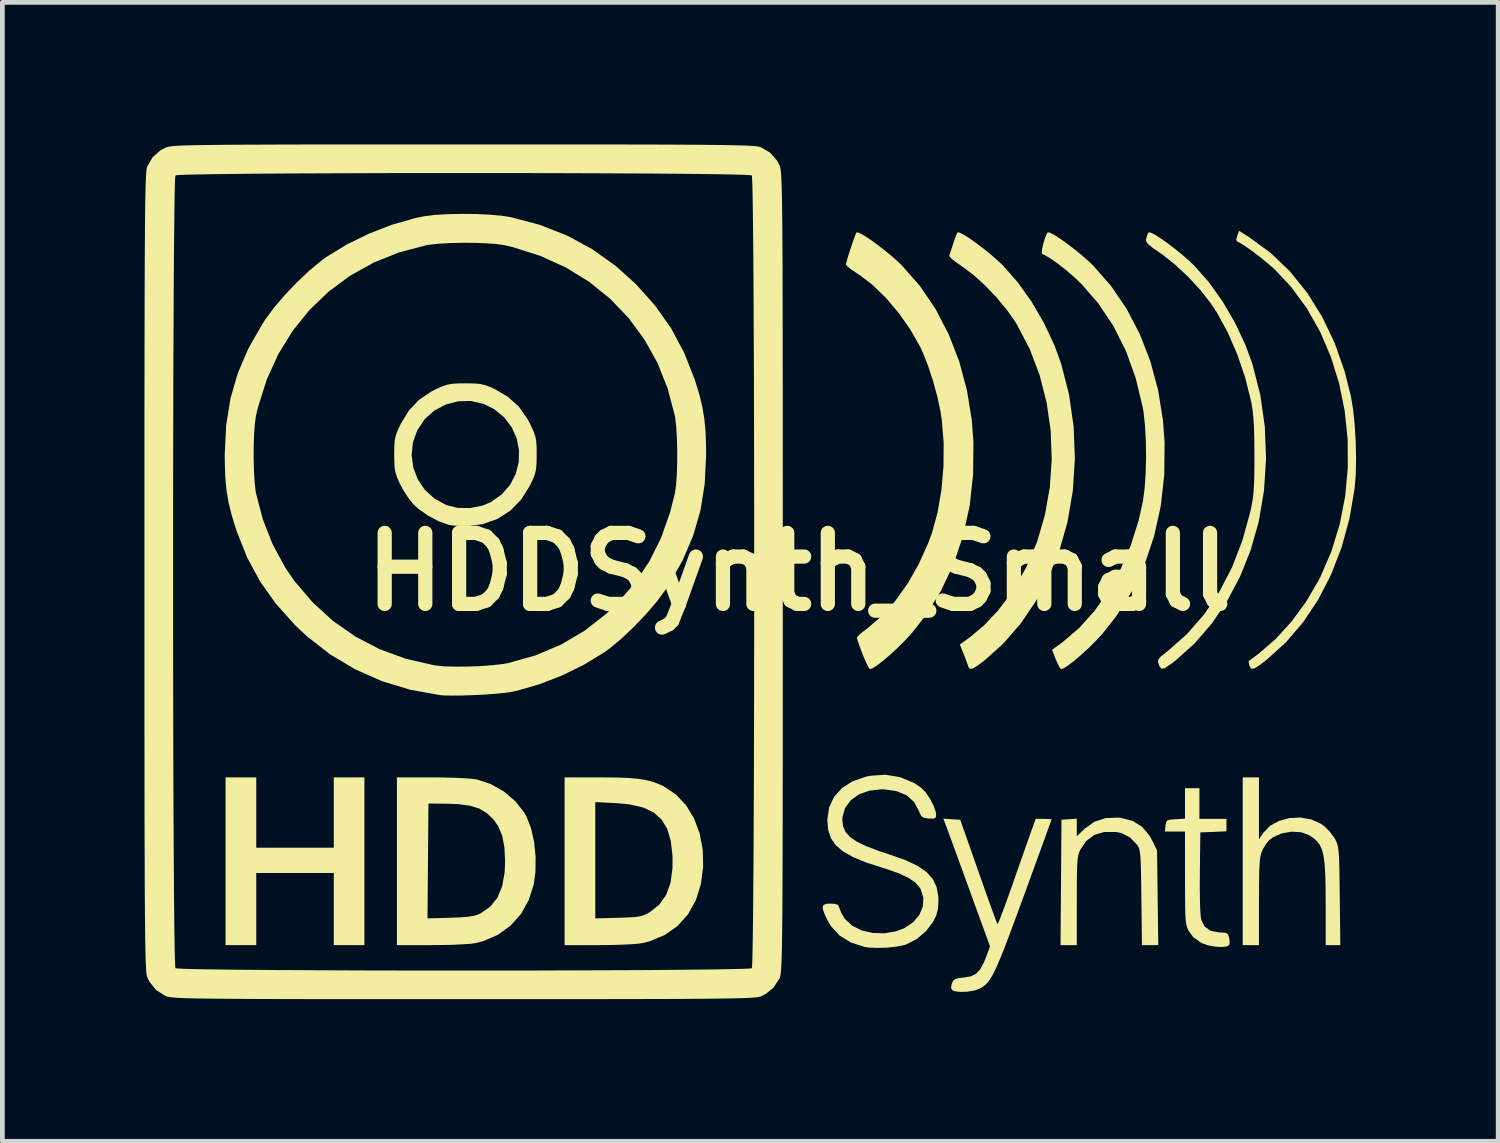
<source format=kicad_pcb>
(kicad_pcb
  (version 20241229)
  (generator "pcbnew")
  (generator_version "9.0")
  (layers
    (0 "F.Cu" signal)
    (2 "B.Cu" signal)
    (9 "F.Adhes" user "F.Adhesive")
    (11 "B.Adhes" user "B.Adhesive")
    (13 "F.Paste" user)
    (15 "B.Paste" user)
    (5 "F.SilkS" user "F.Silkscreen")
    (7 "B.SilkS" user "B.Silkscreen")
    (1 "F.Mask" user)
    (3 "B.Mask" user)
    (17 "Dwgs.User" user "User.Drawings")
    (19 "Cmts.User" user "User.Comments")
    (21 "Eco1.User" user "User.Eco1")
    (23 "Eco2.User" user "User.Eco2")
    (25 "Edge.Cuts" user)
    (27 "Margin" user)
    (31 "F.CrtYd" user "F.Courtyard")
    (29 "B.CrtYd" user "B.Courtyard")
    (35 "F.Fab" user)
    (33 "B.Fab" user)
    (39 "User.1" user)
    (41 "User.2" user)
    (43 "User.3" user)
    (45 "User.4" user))
  (footprint "HDDSynth_Small"
    (layer "F.Cu")
    (at 13.823 9.024)
    (property "Reference" "HDDSynth_Small" (at 0 0 0) (layer "F.SilkS") (effects (font (size 1.5 1.5) (thickness 0.3))))
    (attr board_only exclude_from_pos_files exclude_from_bom)
    (fp_poly (pts (xy -11.462 5.084) (xy -11.462 5.826) (xy -10.644 5.826) (xy -9.825 5.826) (xy -9.825 5.084) (xy -9.825 4.341) (xy -9.501 4.341) (xy -9.178 4.341) (xy -9.178 6.112) (xy -9.178 7.883) (xy -9.501 7.883) (xy -9.825 7.883) (xy -9.825 7.121) (xy -9.825 6.36) (xy -10.644 6.36) (xy -11.462 6.36) (xy -11.462 7.121) (xy -11.462 7.883) (xy -11.786 7.883) (xy -12.11 7.883) (xy -12.11 6.112) (xy -12.11 4.341) (xy -11.786 4.341) (xy -11.462 4.341)) (stroke (width 0) (type solid)) (fill yes) (layer "F.SilkS"))
    (fp_poly (pts (xy 6.795 5.196) (xy 7.042 5.26) (xy 7.244 5.385) (xy 7.401 5.573) (xy 7.45 5.661) (xy 7.559 5.884) (xy 7.572 6.883) (xy 7.585 7.883) (xy 7.412 7.883) (xy 7.24 7.883) (xy 7.228 6.876) (xy 7.224 6.572) (xy 7.22 6.334) (xy 7.215 6.154) (xy 7.208 6.021) (xy 7.198 5.926) (xy 7.185 5.86) (xy 7.168 5.813) (xy 7.146 5.777) (xy 7.138 5.765) (xy 6.986 5.608) (xy 6.811 5.518) (xy 6.69 5.494) (xy 6.44 5.494) (xy 6.232 5.557) (xy 6.064 5.685) (xy 5.939 5.868) (xy 5.916 5.919) (xy 5.898 5.977) (xy 5.884 6.052) (xy 5.875 6.154) (xy 5.869 6.294) (xy 5.866 6.482) (xy 5.865 6.728) (xy 5.864 6.948) (xy 5.864 7.883) (xy 5.693 7.883) (xy 5.521 7.883) (xy 5.531 6.559) (xy 5.541 5.236) (xy 5.703 5.224) (xy 5.864 5.213) (xy 5.864 5.399) (xy 5.864 5.585) (xy 6.031 5.425) (xy 6.236 5.278) (xy 6.473 5.2) (xy 6.743 5.191)) (stroke (width 0) (type solid)) (fill yes) (layer "F.SilkS"))
    (fp_poly (pts (xy -3.873 4.344) (xy -3.611 4.353) (xy -3.4 4.371) (xy -3.226 4.399) (xy -3.076 4.439) (xy -2.938 4.493) (xy -2.851 4.534) (xy -2.597 4.705) (xy -2.384 4.933) (xy -2.218 5.208) (xy -2.1 5.522) (xy -2.035 5.865) (xy -2.025 6.228) (xy -2.074 6.598) (xy -2.182 6.941) (xy -2.348 7.237) (xy -2.569 7.481) (xy -2.84 7.671) (xy -3.159 7.803) (xy -3.305 7.84) (xy -3.409 7.854) (xy -3.572 7.866) (xy -3.778 7.875) (xy -4.011 7.881) (xy -4.229 7.883) (xy -4.951 7.883) (xy -4.951 6.112) (xy -4.951 6.091) (xy -4.303 6.091) (xy -4.303 7.319) (xy -3.818 7.306) (xy -3.613 7.299) (xy -3.467 7.29) (xy -3.362 7.275) (xy -3.28 7.252) (xy -3.204 7.216) (xy -3.148 7.184) (xy -2.951 7.028) (xy -2.806 6.822) (xy -2.713 6.563) (xy -2.672 6.25) (xy -2.673 5.993) (xy -2.709 5.681) (xy -2.784 5.428) (xy -2.903 5.23) (xy -3.072 5.08) (xy -3.296 4.976) (xy -3.58 4.911) (xy -3.869 4.884) (xy -4.303 4.863) (xy -4.303 6.091) (xy -4.951 6.091) (xy -4.951 4.341) (xy -4.197 4.341)) (stroke (width 0) (type solid)) (fill yes) (layer "F.SilkS"))
    (fp_poly (pts (xy 8.454 4.893) (xy 8.454 5.217) (xy 8.74 5.217) (xy 9.025 5.217) (xy 9.025 5.349) (xy 9.025 5.48) (xy 8.749 5.492) (xy 8.473 5.503) (xy 8.463 6.353) (xy 8.461 6.648) (xy 8.464 6.906) (xy 8.47 7.117) (xy 8.48 7.27) (xy 8.493 7.352) (xy 8.565 7.493) (xy 8.692 7.581) (xy 8.873 7.616) (xy 8.906 7.616) (xy 9.006 7.622) (xy 9.055 7.652) (xy 9.08 7.722) (xy 9.082 7.73) (xy 9.093 7.822) (xy 9.083 7.882) (xy 9.024 7.913) (xy 8.915 7.923) (xy 8.778 7.914) (xy 8.635 7.887) (xy 8.508 7.843) (xy 8.491 7.835) (xy 8.32 7.71) (xy 8.236 7.597) (xy 8.21 7.548) (xy 8.19 7.497) (xy 8.175 7.435) (xy 8.164 7.351) (xy 8.157 7.236) (xy 8.153 7.08) (xy 8.151 6.871) (xy 8.15 6.601) (xy 8.15 6.464) (xy 8.149 5.484) (xy 7.937 5.484) (xy 7.726 5.484) (xy 7.738 5.36) (xy 7.749 5.288) (xy 7.778 5.249) (xy 7.845 5.232) (xy 7.949 5.225) (xy 8.149 5.213) (xy 8.149 4.891) (xy 8.149 4.57) (xy 8.302 4.57) (xy 8.454 4.57)) (stroke (width 0) (type solid)) (fill yes) (layer "F.SilkS"))
    (fp_poly (pts (xy -7.506 4.343) (xy -7.273 4.35) (xy -7.068 4.359) (xy -6.907 4.371) (xy -6.809 4.384) (xy -6.511 4.482) (xy -6.233 4.639) (xy -5.992 4.844) (xy -5.803 5.085) (xy -5.754 5.172) (xy -5.659 5.418) (xy -5.594 5.71) (xy -5.563 6.025) (xy -5.567 6.34) (xy -5.602 6.596) (xy -5.708 6.932) (xy -5.874 7.227) (xy -6.094 7.473) (xy -6.362 7.666) (xy -6.672 7.8) (xy -6.853 7.844) (xy -6.957 7.857) (xy -7.12 7.867) (xy -7.326 7.876) (xy -7.559 7.881) (xy -7.774 7.883) (xy -8.492 7.883) (xy -8.492 7.319) (xy -7.846 7.319) (xy -7.36 7.305) (xy -7.145 7.296) (xy -6.99 7.284) (xy -6.876 7.267) (xy -6.788 7.24) (xy -6.715 7.207) (xy -6.517 7.067) (xy -6.369 6.88) (xy -6.27 6.642) (xy -6.217 6.349) (xy -6.207 6.115) (xy -6.222 5.816) (xy -6.268 5.575) (xy -6.349 5.378) (xy -6.452 5.23) (xy -6.592 5.096) (xy -6.753 5) (xy -6.951 4.939) (xy -7.198 4.906) (xy -7.405 4.898) (xy -7.826 4.893) (xy -7.836 6.106) (xy -7.846 7.319) (xy -8.492 7.319) (xy -8.492 6.112) (xy -8.492 4.341) (xy -7.751 4.341)) (stroke (width 0) (type solid)) (fill yes) (layer "F.SilkS"))
    (fp_poly (pts (xy 9.711 4.994) (xy 9.711 5.647) (xy 9.798 5.518) (xy 9.943 5.366) (xy 10.134 5.26) (xy 10.354 5.2) (xy 10.587 5.189) (xy 10.814 5.229) (xy 11.02 5.321) (xy 11.096 5.376) (xy 11.205 5.486) (xy 11.302 5.617) (xy 11.321 5.649) (xy 11.346 5.7) (xy 11.366 5.753) (xy 11.381 5.817) (xy 11.392 5.904) (xy 11.401 6.022) (xy 11.407 6.182) (xy 11.411 6.392) (xy 11.415 6.664) (xy 11.417 6.845) (xy 11.429 7.883) (xy 11.274 7.883) (xy 11.12 7.883) (xy 11.12 7.028) (xy 11.118 6.68) (xy 11.111 6.399) (xy 11.098 6.175) (xy 11.075 6.001) (xy 11.042 5.867) (xy 10.994 5.764) (xy 10.932 5.683) (xy 10.852 5.614) (xy 10.773 5.563) (xy 10.603 5.5) (xy 10.404 5.487) (xy 10.199 5.522) (xy 10.013 5.602) (xy 9.926 5.666) (xy 9.863 5.742) (xy 9.798 5.851) (xy 9.782 5.884) (xy 9.76 5.94) (xy 9.743 6.005) (xy 9.73 6.091) (xy 9.722 6.208) (xy 9.716 6.365) (xy 9.713 6.574) (xy 9.712 6.845) (xy 9.711 6.959) (xy 9.711 7.883) (xy 9.539 7.883) (xy 9.368 7.883) (xy 9.368 6.112) (xy 9.368 4.341) (xy 9.539 4.341) (xy 9.711 4.341)) (stroke (width 0) (type solid)) (fill yes) (layer "F.SilkS"))
    (fp_poly (pts (xy 9.51 -7.061) (xy 9.962 -6.73) (xy 10.37 -6.338) (xy 10.731 -5.889) (xy 11.045 -5.386) (xy 11.309 -4.833) (xy 11.52 -4.233) (xy 11.653 -3.705) (xy 11.699 -3.428) (xy 11.733 -3.1) (xy 11.754 -2.746) (xy 11.762 -2.39) (xy 11.755 -2.056) (xy 11.732 -1.769) (xy 11.732 -1.767) (xy 11.622 -1.125) (xy 11.456 -0.516) (xy 11.235 0.056) (xy 10.963 0.585) (xy 10.643 1.066) (xy 10.277 1.493) (xy 9.867 1.863) (xy 9.714 1.978) (xy 9.613 2.04) (xy 9.552 2.048) (xy 9.516 2.002) (xy 9.507 1.972) (xy 9.493 1.906) (xy 9.493 1.885) (xy 9.525 1.863) (xy 9.602 1.806) (xy 9.707 1.727) (xy 9.712 1.723) (xy 10.066 1.417) (xy 10.401 1.048) (xy 10.707 0.631) (xy 10.973 0.177) (xy 11.003 0.12) (xy 11.241 -0.431) (xy 11.417 -1.006) (xy 11.532 -1.597) (xy 11.587 -2.197) (xy 11.584 -2.798) (xy 11.522 -3.394) (xy 11.404 -3.976) (xy 11.23 -4.537) (xy 11.002 -5.07) (xy 10.72 -5.567) (xy 10.386 -6.021) (xy 10.05 -6.379) (xy 9.915 -6.499) (xy 9.759 -6.627) (xy 9.598 -6.751) (xy 9.447 -6.858) (xy 9.323 -6.939) (xy 9.242 -6.979) (xy 9.232 -7.017) (xy 9.251 -7.094) (xy 9.251 -7.095) (xy 9.291 -7.2)) (stroke (width 0) (type solid)) (fill yes) (layer "F.SilkS"))
    (fp_poly (pts (xy 5.295 -7.162) (xy 5.385 -7.116) (xy 5.509 -7.037) (xy 5.656 -6.932) (xy 5.815 -6.811) (xy 5.973 -6.682) (xy 6.119 -6.553) (xy 6.207 -6.47) (xy 6.588 -6.035) (xy 6.919 -5.548) (xy 7.197 -5.014) (xy 7.419 -4.441) (xy 7.582 -3.833) (xy 7.684 -3.199) (xy 7.718 -2.738) (xy 7.712 -2.053) (xy 7.638 -1.392) (xy 7.499 -0.76) (xy 7.297 -0.159) (xy 7.032 0.404) (xy 6.705 0.927) (xy 6.41 1.303) (xy 6.274 1.45) (xy 6.122 1.602) (xy 5.965 1.746) (xy 5.816 1.874) (xy 5.685 1.975) (xy 5.585 2.039) (xy 5.535 2.056) (xy 5.505 2.024) (xy 5.46 1.94) (xy 5.422 1.852) (xy 5.342 1.647) (xy 5.568 1.483) (xy 5.919 1.183) (xy 6.244 0.819) (xy 6.537 0.401) (xy 6.793 -0.063) (xy 7.007 -0.564) (xy 7.173 -1.093) (xy 7.261 -1.493) (xy 7.296 -1.754) (xy 7.318 -2.067) (xy 7.327 -2.408) (xy 7.323 -2.754) (xy 7.305 -3.082) (xy 7.275 -3.367) (xy 7.259 -3.463) (xy 7.11 -4.084) (xy 6.903 -4.661) (xy 6.637 -5.191) (xy 6.315 -5.672) (xy 5.961 -6.079) (xy 5.806 -6.226) (xy 5.634 -6.373) (xy 5.462 -6.508) (xy 5.305 -6.618) (xy 5.179 -6.692) (xy 5.133 -6.711) (xy 5.124 -6.75) (xy 5.136 -6.836) (xy 5.162 -6.946) (xy 5.196 -7.055) (xy 5.232 -7.14) (xy 5.25 -7.167)) (stroke (width 0) (type solid)) (fill yes) (layer "F.SilkS"))
    (fp_poly (pts (xy 3.391 -7.162) (xy 3.481 -7.116) (xy 3.605 -7.037) (xy 3.752 -6.932) (xy 3.911 -6.811) (xy 4.069 -6.682) (xy 4.215 -6.553) (xy 4.303 -6.47) (xy 4.616 -6.115) (xy 4.909 -5.704) (xy 5.171 -5.254) (xy 5.392 -4.784) (xy 5.535 -4.39) (xy 5.701 -3.741) (xy 5.797 -3.07) (xy 5.824 -2.39) (xy 5.781 -1.713) (xy 5.667 -1.049) (xy 5.667 -1.047) (xy 5.499 -0.459) (xy 5.276 0.098) (xy 5.002 0.617) (xy 4.681 1.09) (xy 4.317 1.511) (xy 3.915 1.872) (xy 3.773 1.978) (xy 3.671 2.041) (xy 3.609 2.049) (xy 3.574 2.005) (xy 3.57 1.99) (xy 3.545 1.918) (xy 3.503 1.805) (xy 3.473 1.73) (xy 3.395 1.536) (xy 3.623 1.37) (xy 3.914 1.124) (xy 4.201 0.818) (xy 4.469 0.466) (xy 4.507 0.409) (xy 4.798 -0.094) (xy 5.026 -0.634) (xy 5.191 -1.2) (xy 5.295 -1.785) (xy 5.335 -2.381) (xy 5.313 -2.979) (xy 5.228 -3.571) (xy 5.081 -4.148) (xy 4.871 -4.703) (xy 4.597 -5.226) (xy 4.564 -5.28) (xy 4.387 -5.532) (xy 4.17 -5.793) (xy 3.931 -6.043) (xy 3.687 -6.265) (xy 3.456 -6.44) (xy 3.434 -6.454) (xy 3.311 -6.539) (xy 3.219 -6.613) (xy 3.174 -6.665) (xy 3.172 -6.677) (xy 3.191 -6.736) (xy 3.226 -6.841) (xy 3.255 -6.931) (xy 3.296 -7.049) (xy 3.33 -7.136) (xy 3.346 -7.167)) (stroke (width 0) (type solid)) (fill yes) (layer "F.SilkS"))
    (fp_poly (pts (xy 7.426 -7.162) (xy 7.517 -7.116) (xy 7.643 -7.036) (xy 7.791 -6.931) (xy 7.95 -6.809) (xy 8.109 -6.679) (xy 8.256 -6.549) (xy 8.339 -6.47) (xy 8.653 -6.115) (xy 8.946 -5.704) (xy 9.208 -5.254) (xy 9.428 -4.784) (xy 9.572 -4.39) (xy 9.738 -3.741) (xy 9.834 -3.07) (xy 9.861 -2.39) (xy 9.817 -1.713) (xy 9.704 -1.049) (xy 9.703 -1.047) (xy 9.536 -0.459) (xy 9.313 0.098) (xy 9.038 0.617) (xy 8.717 1.09) (xy 8.353 1.511) (xy 7.951 1.872) (xy 7.81 1.978) (xy 7.712 2.039) (xy 7.653 2.047) (xy 7.613 1.999) (xy 7.594 1.952) (xy 7.579 1.895) (xy 7.589 1.848) (xy 7.634 1.794) (xy 7.725 1.719) (xy 7.786 1.672) (xy 8.19 1.316) (xy 8.553 0.9) (xy 8.871 0.428) (xy 9.142 -0.094) (xy 9.362 -0.663) (xy 9.527 -1.261) (xy 9.558 -1.408) (xy 9.581 -1.543) (xy 9.597 -1.683) (xy 9.607 -1.843) (xy 9.613 -2.038) (xy 9.615 -2.285) (xy 9.615 -2.456) (xy 9.613 -2.768) (xy 9.607 -3.018) (xy 9.596 -3.221) (xy 9.579 -3.392) (xy 9.556 -3.544) (xy 9.546 -3.597) (xy 9.42 -4.101) (xy 9.252 -4.594) (xy 9.049 -5.061) (xy 8.819 -5.48) (xy 8.692 -5.672) (xy 8.476 -5.947) (xy 8.219 -6.225) (xy 7.945 -6.482) (xy 7.675 -6.697) (xy 7.624 -6.732) (xy 7.479 -6.832) (xy 7.389 -6.903) (xy 7.341 -6.955) (xy 7.326 -7) (xy 7.331 -7.044) (xy 7.358 -7.126) (xy 7.381 -7.167)) (stroke (width 0) (type solid)) (fill yes) (layer "F.SilkS"))
    (fp_poly (pts (xy 3.225 5.225) (xy 3.403 5.236) (xy 3.787 6.329) (xy 3.884 6.602) (xy 3.972 6.851) (xy 4.05 7.068) (xy 4.114 7.243) (xy 4.16 7.367) (xy 4.186 7.432) (xy 4.19 7.439) (xy 4.207 7.411) (xy 4.245 7.32) (xy 4.3 7.176) (xy 4.369 6.991) (xy 4.447 6.772) (xy 4.49 6.652) (xy 4.579 6.395) (xy 4.668 6.141) (xy 4.751 5.906) (xy 4.821 5.707) (xy 4.873 5.559) (xy 4.883 5.531) (xy 4.996 5.217) (xy 5.164 5.217) (xy 5.265 5.22) (xy 5.324 5.226) (xy 5.331 5.229) (xy 5.319 5.266) (xy 5.282 5.368) (xy 5.225 5.526) (xy 5.15 5.735) (xy 5.058 5.986) (xy 4.954 6.273) (xy 4.839 6.588) (xy 4.741 6.856) (xy 4.591 7.265) (xy 4.463 7.609) (xy 4.355 7.894) (xy 4.263 8.126) (xy 4.185 8.311) (xy 4.117 8.456) (xy 4.057 8.566) (xy 4 8.649) (xy 3.946 8.711) (xy 3.89 8.757) (xy 3.829 8.794) (xy 3.805 8.806) (xy 3.689 8.845) (xy 3.544 8.867) (xy 3.398 8.871) (xy 3.281 8.855) (xy 3.242 8.839) (xy 3.209 8.792) (xy 3.222 8.708) (xy 3.226 8.696) (xy 3.253 8.634) (xy 3.298 8.598) (xy 3.381 8.578) (xy 3.482 8.567) (xy 3.631 8.541) (xy 3.743 8.484) (xy 3.833 8.383) (xy 3.913 8.227) (xy 3.955 8.119) (xy 4.032 7.91) (xy 3.58 6.668) (xy 3.473 6.372) (xy 3.372 6.096) (xy 3.281 5.847) (xy 3.204 5.636) (xy 3.144 5.471) (xy 3.103 5.361) (xy 3.088 5.32) (xy 3.047 5.213)) (stroke (width 0) (type solid)) (fill yes) (layer "F.SilkS"))
    (fp_poly (pts (xy 1.258 -7.162) (xy 1.348 -7.116) (xy 1.472 -7.037) (xy 1.619 -6.932) (xy 1.778 -6.811) (xy 1.936 -6.682) (xy 2.083 -6.553) (xy 2.17 -6.47) (xy 2.552 -6.035) (xy 2.883 -5.548) (xy 3.16 -5.014) (xy 3.382 -4.441) (xy 3.545 -3.833) (xy 3.648 -3.199) (xy 3.682 -2.738) (xy 3.675 -2.053) (xy 3.602 -1.392) (xy 3.463 -0.76) (xy 3.26 -0.159) (xy 2.995 0.404) (xy 2.669 0.927) (xy 2.373 1.303) (xy 2.237 1.45) (xy 2.085 1.602) (xy 1.929 1.746) (xy 1.779 1.874) (xy 1.649 1.975) (xy 1.549 2.039) (xy 1.498 2.056) (xy 1.471 2.023) (xy 1.425 1.935) (xy 1.369 1.807) (xy 1.342 1.741) (xy 1.287 1.596) (xy 1.245 1.477) (xy 1.223 1.403) (xy 1.22 1.389) (xy 1.25 1.35) (xy 1.326 1.282) (xy 1.433 1.201) (xy 1.434 1.2) (xy 1.738 0.943) (xy 2.027 0.621) (xy 2.295 0.245) (xy 2.532 -0.172) (xy 2.733 -0.621) (xy 2.804 -0.815) (xy 2.924 -1.249) (xy 3.006 -1.728) (xy 3.05 -2.23) (xy 3.053 -2.732) (xy 3.013 -3.213) (xy 2.989 -3.37) (xy 2.923 -3.685) (xy 2.833 -4.018) (xy 2.726 -4.342) (xy 2.612 -4.632) (xy 2.55 -4.764) (xy 2.343 -5.125) (xy 2.1 -5.47) (xy 1.831 -5.787) (xy 1.549 -6.06) (xy 1.268 -6.275) (xy 1.228 -6.3) (xy 1.112 -6.376) (xy 1.028 -6.443) (xy 0.991 -6.486) (xy 0.99 -6.489) (xy 1.002 -6.545) (xy 1.032 -6.651) (xy 1.074 -6.784) (xy 1.12 -6.923) (xy 1.164 -7.048) (xy 1.198 -7.136) (xy 1.214 -7.167)) (stroke (width 0) (type solid)) (fill yes) (layer "F.SilkS"))
    (fp_poly (pts (xy -6.865 -3.977) (xy -6.734 -3.966) (xy -6.625 -3.941) (xy -6.511 -3.897) (xy -6.429 -3.859) (xy -6.145 -3.693) (xy -5.919 -3.489) (xy -5.738 -3.232) (xy -5.683 -3.129) (xy -5.616 -2.988) (xy -5.574 -2.878) (xy -5.552 -2.772) (xy -5.542 -2.643) (xy -5.541 -2.475) (xy -5.543 -2.299) (xy -5.553 -2.172) (xy -5.576 -2.066) (xy -5.619 -1.955) (xy -5.683 -1.822) (xy -5.867 -1.527) (xy -6.097 -1.291) (xy -6.369 -1.117) (xy -6.676 -1.008) (xy -6.959 -0.969) (xy -7.125 -0.967) (xy -7.282 -0.975) (xy -7.398 -0.991) (xy -7.402 -0.992) (xy -7.612 -1.068) (xy -7.833 -1.186) (xy -8.035 -1.327) (xy -8.153 -1.436) (xy -8.252 -1.562) (xy -8.355 -1.721) (xy -8.429 -1.859) (xy -8.487 -1.989) (xy -8.522 -2.097) (xy -8.541 -2.211) (xy -8.548 -2.358) (xy -8.549 -2.462) (xy -8.181 -2.462) (xy -8.146 -2.2) (xy -8.052 -1.953) (xy -7.903 -1.731) (xy -7.7 -1.546) (xy -7.448 -1.409) (xy -7.208 -1.35) (xy -6.945 -1.346) (xy -6.687 -1.397) (xy -6.509 -1.471) (xy -6.275 -1.637) (xy -6.099 -1.84) (xy -5.981 -2.071) (xy -5.919 -2.318) (xy -5.914 -2.571) (xy -5.963 -2.819) (xy -6.068 -3.053) (xy -6.226 -3.261) (xy -6.436 -3.433) (xy -6.661 -3.545) (xy -6.927 -3.607) (xy -7.2 -3.6) (xy -7.467 -3.53) (xy -7.709 -3.4) (xy -7.906 -3.222) (xy -8.064 -2.984) (xy -8.155 -2.727) (xy -8.181 -2.462) (xy -8.549 -2.462) (xy -8.549 -2.477) (xy -8.547 -2.653) (xy -8.537 -2.78) (xy -8.513 -2.886) (xy -8.47 -2.998) (xy -8.407 -3.129) (xy -8.238 -3.407) (xy -8.029 -3.628) (xy -7.766 -3.806) (xy -7.661 -3.859) (xy -7.531 -3.917) (xy -7.422 -3.953) (xy -7.307 -3.972) (xy -7.16 -3.979) (xy -7.045 -3.979)) (stroke (width 0) (type solid)) (fill yes) (layer "F.SilkS"))
    (fp_poly (pts (xy 2.131 4.336) (xy 2.421 4.456) (xy 2.578 4.559) (xy 2.671 4.655) (xy 2.764 4.791) (xy 2.84 4.939) (xy 2.887 5.074) (xy 2.894 5.132) (xy 2.886 5.188) (xy 2.849 5.211) (xy 2.762 5.211) (xy 2.738 5.21) (xy 2.635 5.195) (xy 2.578 5.156) (xy 2.539 5.071) (xy 2.532 5.053) (xy 2.429 4.861) (xy 2.271 4.72) (xy 2.059 4.631) (xy 1.796 4.594) (xy 1.733 4.593) (xy 1.478 4.623) (xy 1.261 4.702) (xy 1.089 4.826) (xy 0.972 4.986) (xy 0.917 5.177) (xy 0.914 5.239) (xy 0.929 5.374) (xy 0.98 5.491) (xy 1.073 5.597) (xy 1.215 5.695) (xy 1.413 5.792) (xy 1.674 5.892) (xy 1.923 5.974) (xy 2.247 6.089) (xy 2.5 6.208) (xy 2.69 6.338) (xy 2.823 6.486) (xy 2.904 6.656) (xy 2.94 6.854) (xy 2.943 6.957) (xy 2.932 7.124) (xy 2.895 7.261) (xy 2.828 7.394) (xy 2.682 7.587) (xy 2.488 7.751) (xy 2.272 7.865) (xy 2.216 7.883) (xy 2.057 7.915) (xy 1.859 7.936) (xy 1.653 7.942) (xy 1.471 7.935) (xy 1.386 7.922) (xy 1.095 7.827) (xy 0.855 7.68) (xy 0.672 7.482) (xy 0.585 7.331) (xy 0.52 7.181) (xy 0.497 7.086) (xy 0.517 7.033) (xy 0.584 7.01) (xy 0.662 7.007) (xy 0.769 7.012) (xy 0.823 7.036) (xy 0.851 7.093) (xy 0.856 7.112) (xy 0.897 7.213) (xy 0.963 7.323) (xy 0.973 7.336) (xy 1.124 7.475) (xy 1.323 7.573) (xy 1.555 7.626) (xy 1.801 7.634) (xy 2.046 7.592) (xy 2.223 7.525) (xy 2.407 7.402) (xy 2.54 7.245) (xy 2.614 7.068) (xy 2.625 6.884) (xy 2.569 6.704) (xy 2.554 6.677) (xy 2.459 6.565) (xy 2.314 6.464) (xy 2.109 6.368) (xy 1.839 6.273) (xy 1.759 6.249) (xy 1.413 6.137) (xy 1.138 6.023) (xy 0.926 5.903) (xy 0.772 5.771) (xy 0.67 5.621) (xy 0.614 5.449) (xy 0.597 5.249) (xy 0.597 5.234) (xy 0.635 4.975) (xy 0.739 4.752) (xy 0.906 4.567) (xy 1.131 4.423) (xy 1.412 4.326) (xy 1.502 4.307) (xy 1.821 4.285)) (stroke (width 0) (type solid)) (fill yes) (layer "F.SilkS"))
    (fp_poly (pts (xy -6.834 -7.555) (xy -6.541 -7.542) (xy -6.281 -7.519) (xy -6.093 -7.49) (xy -5.475 -7.326) (xy -4.9 -7.101) (xy -4.367 -6.812) (xy -3.871 -6.458) (xy -3.446 -6.075) (xy -3.042 -5.624) (xy -2.705 -5.147) (xy -2.429 -4.632) (xy -2.207 -4.07) (xy -2.192 -4.025) (xy -2.104 -3.736) (xy -2.041 -3.475) (xy -1.999 -3.218) (xy -1.974 -2.943) (xy -1.964 -2.626) (xy -1.963 -2.456) (xy -1.993 -1.855) (xy -2.083 -1.293) (xy -2.238 -0.758) (xy -2.46 -0.239) (xy -2.754 0.277) (xy -2.826 0.387) (xy -3.007 0.633) (xy -3.233 0.896) (xy -3.485 1.16) (xy -3.744 1.405) (xy -3.993 1.613) (xy -4.114 1.701) (xy -4.537 1.959) (xy -5 2.187) (xy -5.481 2.374) (xy -5.952 2.51) (xy -6.069 2.535) (xy -6.209 2.556) (xy -6.404 2.575) (xy -6.632 2.592) (xy -6.876 2.604) (xy -7.115 2.612) (xy -7.33 2.614) (xy -7.501 2.611) (xy -7.578 2.604) (xy -8.212 2.49) (xy -8.811 2.308) (xy -9.375 2.058) (xy -9.903 1.743) (xy -10.392 1.362) (xy -10.644 1.125) (xy -11.045 0.677) (xy -11.379 0.207) (xy -11.653 -0.298) (xy -11.873 -0.851) (xy -11.895 -0.917) (xy -11.984 -1.207) (xy -12.048 -1.469) (xy -12.091 -1.725) (xy -12.116 -1.998) (xy -12.126 -2.313) (xy -12.127 -2.4) (xy -11.517 -2.4) (xy -11.511 -2.138) (xy -11.497 -1.901) (xy -11.476 -1.71) (xy -11.467 -1.657) (xy -11.323 -1.107) (xy -11.117 -0.582) (xy -10.853 -0.095) (xy -10.66 0.189) (xy -10.275 0.642) (xy -9.844 1.036) (xy -9.37 1.367) (xy -8.857 1.634) (xy -8.306 1.836) (xy -7.722 1.97) (xy -7.673 1.978) (xy -7.495 1.996) (xy -7.264 2.003) (xy -7.002 2.001) (xy -6.732 1.991) (xy -6.475 1.972) (xy -6.255 1.947) (xy -6.137 1.926) (xy -5.562 1.764) (xy -5.026 1.537) (xy -4.53 1.245) (xy -4.073 0.887) (xy -3.837 0.662) (xy -3.468 0.237) (xy -3.161 -0.221) (xy -2.913 -0.718) (xy -2.722 -1.262) (xy -2.622 -1.657) (xy -2.599 -1.817) (xy -2.583 -2.033) (xy -2.574 -2.284) (xy -2.573 -2.551) (xy -2.579 -2.812) (xy -2.593 -3.049) (xy -2.614 -3.241) (xy -2.623 -3.294) (xy -2.775 -3.871) (xy -2.99 -4.411) (xy -3.268 -4.909) (xy -3.603 -5.363) (xy -3.993 -5.769) (xy -4.435 -6.125) (xy -4.925 -6.426) (xy -5.46 -6.67) (xy -6.036 -6.853) (xy -6.226 -6.898) (xy -6.386 -6.921) (xy -6.602 -6.937) (xy -6.854 -6.946) (xy -7.12 -6.947) (xy -7.382 -6.941) (xy -7.619 -6.927) (xy -7.81 -6.906) (xy -7.864 -6.897) (xy -8.441 -6.746) (xy -8.98 -6.53) (xy -9.479 -6.253) (xy -9.933 -5.917) (xy -10.339 -5.527) (xy -10.695 -5.086) (xy -10.996 -4.596) (xy -11.24 -4.061) (xy -11.423 -3.484) (xy -11.468 -3.294) (xy -11.491 -3.134) (xy -11.507 -2.918) (xy -11.516 -2.667) (xy -11.517 -2.4) (xy -12.127 -2.4) (xy -12.127 -2.494) (xy -12.097 -3.095) (xy -12.007 -3.658) (xy -11.852 -4.193) (xy -11.63 -4.712) (xy -11.336 -5.227) (xy -11.264 -5.338) (xy -11.081 -5.585) (xy -10.854 -5.85) (xy -10.601 -6.115) (xy -10.34 -6.361) (xy -10.089 -6.569) (xy -9.973 -6.653) (xy -9.55 -6.911) (xy -9.085 -7.139) (xy -8.601 -7.327) (xy -8.124 -7.464) (xy -7.921 -7.507) (xy -7.706 -7.534) (xy -7.438 -7.551) (xy -7.141 -7.558)) (stroke (width 0) (type solid)) (fill yes) (layer "F.SilkS"))
    (fp_poly (pts (xy -5.548 -9.024) (xy -4.881 -9.024) (xy -4.281 -9.024) (xy -3.743 -9.023) (xy -3.264 -9.022) (xy -2.84 -9.021) (xy -2.468 -9.019) (xy -2.145 -9.017) (xy -1.866 -9.014) (xy -1.629 -9.012) (xy -1.431 -9.008) (xy -1.267 -9.004) (xy -1.134 -9) (xy -1.029 -8.995) (xy -0.948 -8.99) (xy -0.888 -8.983) (xy -0.845 -8.977) (xy -0.816 -8.969) (xy -0.809 -8.966) (xy -0.611 -8.85) (xy -0.467 -8.685) (xy -0.415 -8.587) (xy -0.407 -8.568) (xy -0.4 -8.544) (xy -0.393 -8.513) (xy -0.387 -8.471) (xy -0.381 -8.415) (xy -0.376 -8.342) (xy -0.372 -8.25) (xy -0.367 -8.135) (xy -0.364 -7.994) (xy -0.36 -7.824) (xy -0.358 -7.623) (xy -0.355 -7.387) (xy -0.353 -7.113) (xy -0.351 -6.799) (xy -0.349 -6.44) (xy -0.348 -6.035) (xy -0.347 -5.581) (xy -0.346 -5.073) (xy -0.346 -4.51) (xy -0.345 -3.888) (xy -0.345 -3.204) (xy -0.345 -2.455) (xy -0.344 -1.639) (xy -0.344 -0.751) (xy -0.344 0) (xy -0.344 0.945) (xy -0.344 1.817) (xy -0.345 2.619) (xy -0.345 3.354) (xy -0.345 4.024) (xy -0.346 4.634) (xy -0.346 5.185) (xy -0.347 5.681) (xy -0.348 6.125) (xy -0.35 6.52) (xy -0.351 6.869) (xy -0.353 7.174) (xy -0.356 7.44) (xy -0.358 7.668) (xy -0.361 7.863) (xy -0.364 8.026) (xy -0.368 8.161) (xy -0.372 8.271) (xy -0.377 8.359) (xy -0.382 8.428) (xy -0.388 8.481) (xy -0.394 8.52) (xy -0.401 8.55) (xy -0.408 8.572) (xy -0.415 8.587) (xy -0.538 8.78) (xy -0.709 8.917) (xy -0.809 8.966) (xy -0.833 8.974) (xy -0.87 8.981) (xy -0.924 8.987) (xy -0.997 8.993) (xy -1.092 8.998) (xy -1.215 9.003) (xy -1.367 9.007) (xy -1.553 9.01) (xy -1.775 9.013) (xy -2.038 9.016) (xy -2.345 9.018) (xy -2.699 9.02) (xy -3.103 9.021) (xy -3.562 9.022) (xy -4.078 9.023) (xy -4.655 9.024) (xy -5.297 9.024) (xy -6.007 9.024) (xy -6.788 9.024) (xy -7.091 9.024) (xy -7.893 9.024) (xy -8.622 9.024) (xy -9.281 9.024) (xy -9.875 9.023) (xy -10.408 9.023) (xy -10.881 9.022) (xy -11.3 9.021) (xy -11.668 9.019) (xy -11.987 9.017) (xy -12.263 9.015) (xy -12.497 9.012) (xy -12.695 9.009) (xy -12.859 9.006) (xy -12.993 9.002) (xy -13.1 8.997) (xy -13.184 8.992) (xy -13.249 8.985) (xy -13.298 8.979) (xy -13.334 8.971) (xy -13.362 8.963) (xy -13.384 8.954) (xy -13.385 8.953) (xy -13.578 8.83) (xy -13.716 8.659) (xy -13.764 8.559) (xy -13.771 8.538) (xy -13.777 8.504) (xy -13.783 8.455) (xy -13.788 8.388) (xy -13.793 8.3) (xy -13.797 8.189) (xy -13.801 8.05) (xy -13.804 7.882) (xy -13.808 7.681) (xy -13.81 7.444) (xy -13.813 7.169) (xy -13.815 6.852) (xy -13.817 6.491) (xy -13.818 6.082) (xy -13.82 5.624) (xy -13.821 5.111) (xy -13.822 4.543) (xy -13.822 3.915) (xy -13.823 3.226) (xy -13.823 2.471) (xy -13.823 1.648) (xy -13.823 0.755) (xy -13.823 0) (xy -13.823 -0.034) (xy -13.218 -0.034) (xy -13.218 0.658) (xy -13.218 1.346) (xy -13.217 2.026) (xy -13.216 2.694) (xy -13.215 3.345) (xy -13.213 3.975) (xy -13.211 4.58) (xy -13.209 5.155) (xy -13.206 5.697) (xy -13.203 6.202) (xy -13.2 6.664) (xy -13.196 7.08) (xy -13.193 7.445) (xy -13.188 7.756) (xy -13.184 8.008) (xy -13.179 8.197) (xy -13.174 8.319) (xy -13.169 8.369) (xy -13.168 8.37) (xy -13.125 8.376) (xy -13.01 8.382) (xy -12.829 8.388) (xy -12.586 8.393) (xy -12.287 8.397) (xy -11.937 8.402) (xy -11.541 8.405) (xy -11.103 8.409) (xy -10.628 8.411) (xy -10.122 8.414) (xy -9.59 8.416) (xy -9.035 8.418) (xy -8.465 8.419) (xy -7.882 8.42) (xy -7.293 8.42) (xy -6.702 8.42) (xy -6.114 8.419) (xy -5.535 8.419) (xy -4.968 8.417) (xy -4.42 8.415) (xy -3.894 8.413) (xy -3.397 8.411) (xy -2.933 8.408) (xy -2.506 8.404) (xy -2.123 8.4) (xy -1.787 8.396) (xy -1.504 8.391) (xy -1.279 8.386) (xy -1.116 8.381) (xy -1.021 8.375) (xy -0.998 8.37) (xy -0.992 8.327) (xy -0.987 8.212) (xy -0.983 8.03) (xy -0.978 7.784) (xy -0.974 7.478) (xy -0.97 7.118) (xy -0.967 6.707) (xy -0.963 6.249) (xy -0.96 5.749) (xy -0.958 5.21) (xy -0.955 4.638) (xy -0.953 4.036) (xy -0.952 3.408) (xy -0.95 2.759) (xy -0.949 2.093) (xy -0.948 1.414) (xy -0.948 0.726) (xy -0.948 0.034) (xy -0.948 -0.658) (xy -0.948 -1.346) (xy -0.949 -2.026) (xy -0.95 -2.694) (xy -0.952 -3.345) (xy -0.953 -3.975) (xy -0.955 -4.58) (xy -0.958 -5.155) (xy -0.96 -5.697) (xy -0.963 -6.202) (xy -0.966 -6.664) (xy -0.97 -7.08) (xy -0.974 -7.445) (xy -0.978 -7.756) (xy -0.982 -8.008) (xy -0.987 -8.197) (xy -0.992 -8.319) (xy -0.997 -8.369) (xy -0.998 -8.37) (xy -1.041 -8.376) (xy -1.156 -8.382) (xy -1.338 -8.388) (xy -1.58 -8.393) (xy -1.879 -8.397) (xy -2.229 -8.402) (xy -2.626 -8.405) (xy -3.064 -8.409) (xy -3.538 -8.411) (xy -4.044 -8.414) (xy -4.577 -8.416) (xy -5.131 -8.418) (xy -5.702 -8.419) (xy -6.284 -8.42) (xy -6.873 -8.42) (xy -7.464 -8.42) (xy -8.052 -8.419) (xy -8.631 -8.419) (xy -9.198 -8.417) (xy -9.746 -8.415) (xy -10.272 -8.413) (xy -10.769 -8.411) (xy -11.234 -8.408) (xy -11.66 -8.404) (xy -12.044 -8.4) (xy -12.379 -8.396) (xy -12.662 -8.391) (xy -12.888 -8.386) (xy -13.05 -8.381) (xy -13.145 -8.375) (xy -13.168 -8.37) (xy -13.174 -8.327) (xy -13.179 -8.212) (xy -13.184 -8.03) (xy -13.188 -7.784) (xy -13.192 -7.478) (xy -13.196 -7.118) (xy -13.2 -6.707) (xy -13.203 -6.249) (xy -13.206 -5.749) (xy -13.208 -5.21) (xy -13.211 -4.638) (xy -13.213 -4.036) (xy -13.214 -3.408) (xy -13.216 -2.759) (xy -13.217 -2.093) (xy -13.218 -1.414) (xy -13.218 -0.726) (xy -13.218 -0.034) (xy -13.823 -0.034) (xy -13.823 -0.951) (xy -13.823 -1.83) (xy -13.823 -2.638) (xy -13.823 -3.378) (xy -13.822 -4.054) (xy -13.821 -4.669) (xy -13.82 -5.225) (xy -13.819 -5.726) (xy -13.818 -6.174) (xy -13.816 -6.572) (xy -13.814 -6.924) (xy -13.812 -7.231) (xy -13.81 -7.498) (xy -13.807 -7.727) (xy -13.804 -7.92) (xy -13.8 -8.082) (xy -13.796 -8.215) (xy -13.792 -8.321) (xy -13.787 -8.404) (xy -13.782 -8.467) (xy -13.776 -8.512) (xy -13.77 -8.543) (xy -13.764 -8.559) (xy -13.648 -8.757) (xy -13.483 -8.901) (xy -13.385 -8.953) (xy -13.363 -8.962) (xy -13.336 -8.971) (xy -13.3 -8.978) (xy -13.252 -8.985) (xy -13.189 -8.991) (xy -13.106 -8.997) (xy -13 -9.001) (xy -12.868 -9.006) (xy -12.706 -9.009) (xy -12.511 -9.012) (xy -12.279 -9.015) (xy -12.006 -9.017) (xy -11.689 -9.019) (xy -11.325 -9.02) (xy -10.909 -9.022) (xy -10.439 -9.023) (xy -9.911 -9.023) (xy -9.32 -9.024) (xy -8.665 -9.024) (xy -7.941 -9.024) (xy -7.144 -9.024) (xy -7.091 -9.024) (xy -6.283 -9.024)) (stroke (width 0) (type solid)) (fill yes) (layer "F.SilkS")))
  (gr_rect
    (start -3 -3)
    (end 28.585 21.049)
    (stroke (width 0.1) (type default))
    (fill no)
    (layer "Edge.Cuts")))
</source>
